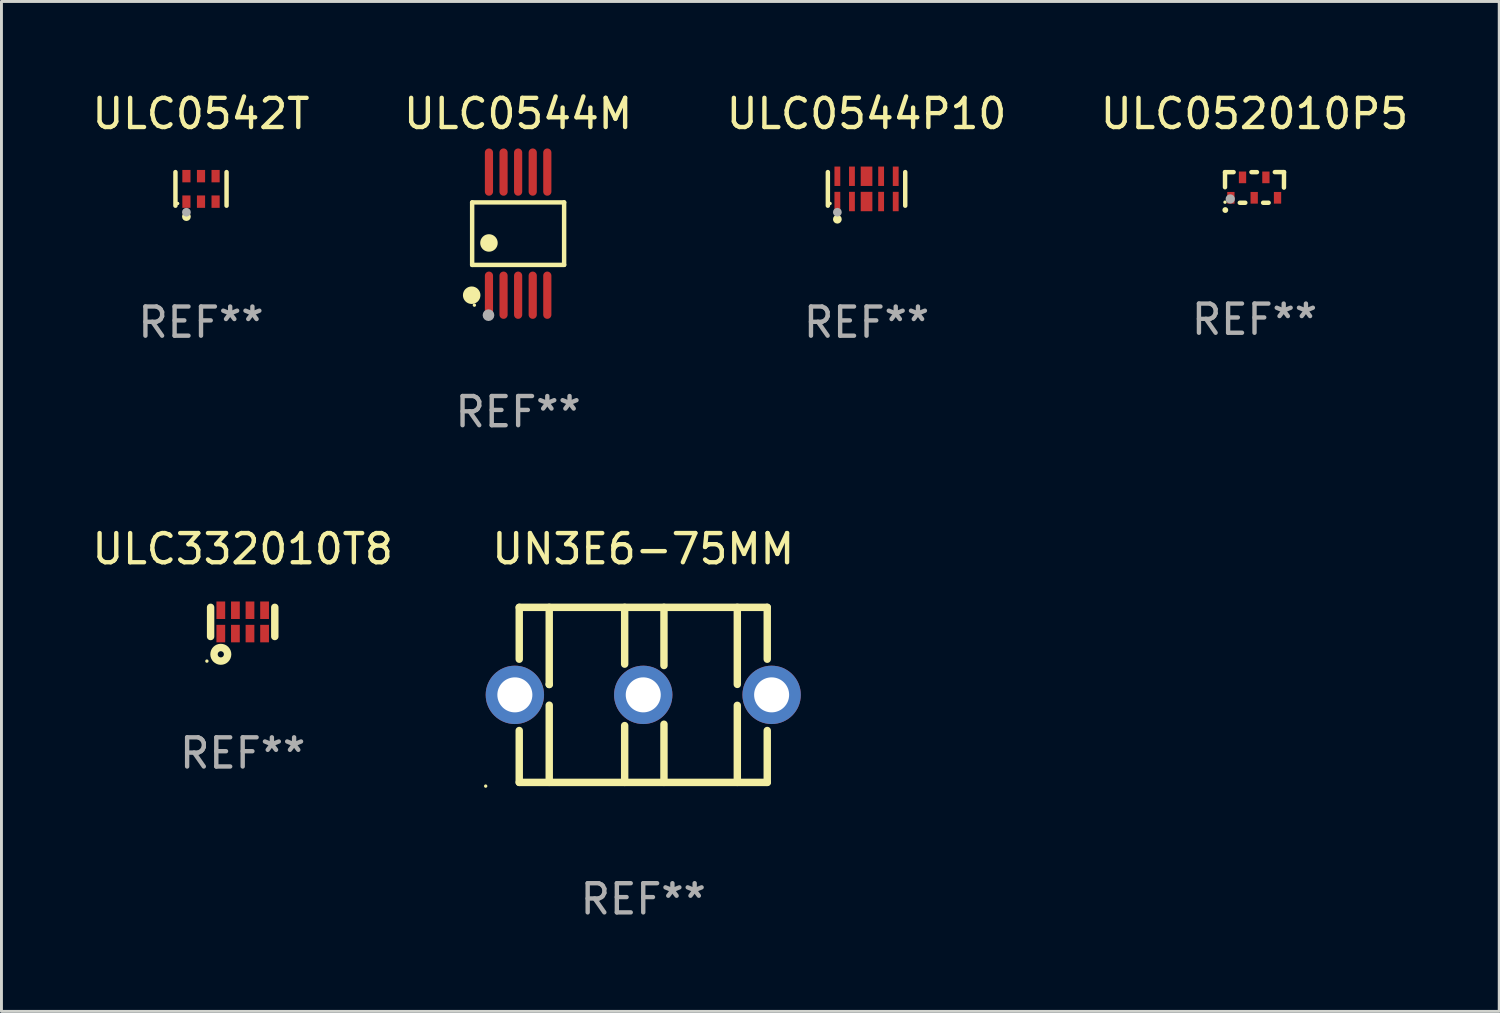
<source format=kicad_pcb>
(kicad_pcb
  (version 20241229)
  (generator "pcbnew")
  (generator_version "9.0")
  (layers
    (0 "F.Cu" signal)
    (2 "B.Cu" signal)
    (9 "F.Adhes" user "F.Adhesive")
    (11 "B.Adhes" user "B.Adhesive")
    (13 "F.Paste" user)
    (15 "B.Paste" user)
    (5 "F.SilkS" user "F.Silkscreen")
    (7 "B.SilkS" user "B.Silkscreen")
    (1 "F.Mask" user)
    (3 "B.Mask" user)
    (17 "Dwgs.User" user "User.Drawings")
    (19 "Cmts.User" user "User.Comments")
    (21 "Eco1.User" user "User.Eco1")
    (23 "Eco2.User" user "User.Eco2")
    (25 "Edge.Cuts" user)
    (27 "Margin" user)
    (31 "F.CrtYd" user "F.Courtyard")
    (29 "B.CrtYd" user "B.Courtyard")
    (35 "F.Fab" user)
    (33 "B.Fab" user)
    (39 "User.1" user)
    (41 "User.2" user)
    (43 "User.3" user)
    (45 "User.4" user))
  (footprint "ULC0544M"
    (layer "F.Cu")
    (at 14.708 4.958)
    (property "Reference" "ULC0544M" (at 0 -4.11 0) (layer "F.SilkS") (effects (font (size 1 1) (thickness 0.15))))
    (attr through_hole)
    (fp_line (start -1.576 -1.071) (end 1.576 -1.071) (stroke (width 0.152) (type solid)) (layer "F.SilkS"))
    (fp_line (start -1.576 1.071) (end -1.576 -1.071) (stroke (width 0.152) (type solid)) (layer "F.SilkS"))
    (fp_line (start 1.576 -1.071) (end 1.576 1.071) (stroke (width 0.152) (type solid)) (layer "F.SilkS"))
    (fp_line (start 1.576 1.071) (end -1.576 1.071) (stroke (width 0.152) (type solid)) (layer "F.SilkS"))
    (fp_circle (center -1.592 2.11) (end -1.442 2.11) (stroke (width 0.3) (type solid)) (fill no) (layer "F.SilkS"))
    (fp_circle (center -1.5 2.45) (end -1.47 2.45) (stroke (width 0.06) (type solid)) (fill no) (layer "F.SilkS"))
    (fp_circle (center -1 0.319) (end -0.85 0.319) (stroke (width 0.3) (type solid)) (fill no) (layer "F.SilkS"))
    (fp_circle (center -1.016 2.794) (end -0.916 2.794) (stroke (width 0.2) (type solid)) (fill no) (layer "F.Fab"))
    (fp_text user "REF**" (at 0 6.11 0) (layer "F.Fab") (effects (font (size 1 1) (thickness 0.15))))
    (pad "1" smd oval (at -1 2.11) (size 0.28 1.62) (layers "F.Cu" "F.Mask" "F.Paste"))
    (pad "2" smd oval (at -0.5 2.11) (size 0.28 1.62) (layers "F.Cu" "F.Mask" "F.Paste"))
    (pad "3" smd oval (at 0 2.11) (size 0.28 1.62) (layers "F.Cu" "F.Mask" "F.Paste"))
    (pad "4" smd oval (at 0.5 2.11) (size 0.28 1.62) (layers "F.Cu" "F.Mask" "F.Paste"))
    (pad "5" smd oval (at 1 2.11) (size 0.28 1.62) (layers "F.Cu" "F.Mask" "F.Paste"))
    (pad "6" smd oval (at 1 -2.11) (size 0.28 1.62) (layers "F.Cu" "F.Mask" "F.Paste"))
    (pad "7" smd oval (at 0.5 -2.11) (size 0.28 1.62) (layers "F.Cu" "F.Mask" "F.Paste"))
    (pad "8" smd oval (at 0 -2.11) (size 0.28 1.62) (layers "F.Cu" "F.Mask" "F.Paste"))
    (pad "9" smd oval (at -0.5 -2.11) (size 0.28 1.62) (layers "F.Cu" "F.Mask" "F.Paste"))
    (pad "10" smd oval (at -1 -2.11) (size 0.28 1.62) (layers "F.Cu" "F.Mask" "F.Paste")))
  (footprint "ULC052010P5"
    (layer "F.Cu")
    (at 39.946 3.374)
    (property "Reference" "ULC052010P5" (at 0 -2.525 0) (layer "F.SilkS") (effects (font (size 1 1) (thickness 0.15))))
    (attr through_hole)
    (fp_line (start -1.011 -0.524) (end -1.011 -0.008) (stroke (width 0.152) (type solid)) (layer "F.SilkS"))
    (fp_line (start -1.011 -0.524) (end -0.716 -0.524) (stroke (width 0.152) (type solid)) (layer "F.SilkS"))
    (fp_line (start -0.316 0.525) (end -0.505 0.525) (stroke (width 0.152) (type solid)) (layer "F.SilkS"))
    (fp_line (start -0.105 -0.524) (end 0.084 -0.524) (stroke (width 0.152) (type solid)) (layer "F.SilkS"))
    (fp_line (start 0.484 0.525) (end 0.295 0.525) (stroke (width 0.152) (type solid)) (layer "F.SilkS"))
    (fp_line (start 0.696 -0.525) (end 1.011 -0.525) (stroke (width 0.152) (type solid)) (layer "F.SilkS"))
    (fp_line (start 1.011 -0.525) (end 1.009 0.005) (stroke (width 0.152) (type solid)) (layer "F.SilkS"))
    (fp_circle (center -1.011 0.505) (end -0.981 0.505) (stroke (width 0.06) (type solid)) (fill no) (layer "F.SilkS"))
    (fp_circle (center -1.001 0.775) (end -0.951 0.775) (stroke (width 0.1) (type solid)) (fill no) (layer "F.SilkS"))
    (fp_circle (center -0.831 0.395) (end -0.751 0.395) (stroke (width 0.16) (type solid)) (fill no) (layer "F.Fab"))
    (fp_text user "REF**" (at 0 4.525 0) (layer "F.Fab") (effects (font (size 1 1) (thickness 0.15))))
    (pad "1" smd rect (at -0.81 0.355 90) (size 0.4 0.25) (layers "F.Cu" "F.Mask" "F.Paste"))
    (pad "2" smd rect (at -0.011 0.355 90) (size 0.4 0.25) (layers "F.Cu" "F.Mask" "F.Paste"))
    (pad "3" smd rect (at 0.789 0.355 90) (size 0.4 0.25) (layers "F.Cu" "F.Mask" "F.Paste"))
    (pad "4" smd rect (at 0.39 -0.345 90) (size 0.4 0.25) (layers "F.Cu" "F.Mask" "F.Paste"))
    (pad "5" smd rect (at -0.411 -0.345 90) (size 0.4 0.25) (layers "F.Cu" "F.Mask" "F.Paste")))
  (footprint "ULC0542T"
    (layer "F.Cu")
    (at 3.839 3.424)
    (property "Reference" "ULC0542T" (at 0 -2.576 0) (layer "F.SilkS") (effects (font (size 1 1) (thickness 0.15))))
    (attr through_hole)
    (fp_line (start -0.876 0.576) (end -0.876 -0.576) (stroke (width 0.152) (type solid)) (layer "F.SilkS"))
    (fp_line (start 0.876 0.576) (end 0.876 -0.576) (stroke (width 0.152) (type solid)) (layer "F.SilkS"))
    (fp_circle (center -0.8 0.5) (end -0.77 0.5) (stroke (width 0.06) (type solid)) (fill no) (layer "F.SilkS"))
    (fp_circle (center -0.5 0.95) (end -0.425 0.95) (stroke (width 0.15) (type solid)) (fill no) (layer "F.SilkS"))
    (fp_circle (center -0.5 0.8) (end -0.425 0.8) (stroke (width 0.15) (type solid)) (fill no) (layer "F.Fab"))
    (fp_text user "REF**" (at 0 4.576 0) (layer "F.Fab") (effects (font (size 1 1) (thickness 0.15))))
    (pad "1" smd rect (at -0.5 0.437) (size 0.28 0.425) (layers "F.Cu" "F.Mask" "F.Paste"))
    (pad "2" smd rect (at 0 0.437) (size 0.28 0.425) (layers "F.Cu" "F.Mask" "F.Paste"))
    (pad "3" smd rect (at 0.5 0.437) (size 0.28 0.425) (layers "F.Cu" "F.Mask" "F.Paste"))
    (pad "4" smd rect (at 0.5 -0.437) (size 0.28 0.425) (layers "F.Cu" "F.Mask" "F.Paste"))
    (pad "5" smd rect (at 0 -0.437) (size 0.28 0.425) (layers "F.Cu" "F.Mask" "F.Paste"))
    (pad "6" smd rect (at -0.5 -0.437) (size 0.28 0.425) (layers "F.Cu" "F.Mask" "F.Paste")))
  (footprint "ULC0544P10"
    (layer "F.Cu")
    (at 26.649 3.424)
    (property "Reference" "ULC0544P10" (at 0 -2.576 0) (layer "F.SilkS") (effects (font (size 1 1) (thickness 0.15))))
    (attr through_hole)
    (fp_line (start -1.326 0.576) (end -1.326 -0.576) (stroke (width 0.152) (type solid)) (layer "F.SilkS"))
    (fp_line (start 1.326 0.576) (end 1.326 -0.576) (stroke (width 0.152) (type solid)) (layer "F.SilkS"))
    (fp_circle (center -1.25 0.5) (end -1.22 0.5) (stroke (width 0.06) (type solid)) (fill no) (layer "F.SilkS"))
    (fp_circle (center -1 1.04) (end -0.925 1.04) (stroke (width 0.15) (type solid)) (fill no) (layer "F.SilkS"))
    (fp_circle (center -1 0.8) (end -0.925 0.8) (stroke (width 0.15) (type solid)) (fill no) (layer "F.Fab"))
    (fp_text user "REF**" (at 0 4.576 0) (layer "F.Fab") (effects (font (size 1 1) (thickness 0.15))))
    (pad "1" smd rect (at -1 0.433) (size 0.2 0.665) (layers "F.Cu" "F.Mask" "F.Paste"))
    (pad "2" smd rect (at -0.5 0.433) (size 0.2 0.665) (layers "F.Cu" "F.Mask" "F.Paste"))
    (pad "3" smd rect (at 0 0.433) (size 0.4 0.665) (layers "F.Cu" "F.Mask" "F.Paste"))
    (pad "4" smd rect (at 0.5 0.433) (size 0.2 0.665) (layers "F.Cu" "F.Mask" "F.Paste"))
    (pad "5" smd rect (at 1 0.433) (size 0.2 0.665) (layers "F.Cu" "F.Mask" "F.Paste"))
    (pad "6" smd rect (at 1 -0.433) (size 0.2 0.665) (layers "F.Cu" "F.Mask" "F.Paste"))
    (pad "7" smd rect (at 0.5 -0.433) (size 0.2 0.665) (layers "F.Cu" "F.Mask" "F.Paste"))
    (pad "8" smd rect (at 0 -0.433) (size 0.4 0.665) (layers "F.Cu" "F.Mask" "F.Paste"))
    (pad "9" smd rect (at -0.5 -0.433) (size 0.2 0.665) (layers "F.Cu" "F.Mask" "F.Paste"))
    (pad "10" smd rect (at -1 -0.433) (size 0.2 0.665) (layers "F.Cu" "F.Mask" "F.Paste")))
  (footprint "UN3E6-75MM"
    (layer "F.Cu")
    (at 18.996 20.765)
    (property "Reference" "UN3E6-75MM" (at 0 -5 0) (layer "F.SilkS") (effects (font (size 1 1) (thickness 0.15))))
    (attr through_hole)
    (fp_line (start -4.25 -3) (end -4.25 -1.222) (stroke (width 0.254) (type solid)) (layer "F.SilkS"))
    (fp_line (start -4.25 -3) (end 4.25 -3) (stroke (width 0.254) (type solid)) (layer "F.SilkS"))
    (fp_line (start -4.25 1.222) (end -4.25 3) (stroke (width 0.254) (type solid)) (layer "F.SilkS"))
    (fp_line (start -4.25 3) (end 4.25 3) (stroke (width 0.254) (type solid)) (layer "F.SilkS"))
    (fp_line (start -3.222 -0.359) (end -3.222 -3) (stroke (width 0.254) (type solid)) (layer "F.SilkS"))
    (fp_line (start -3.222 -0.359) (end -3.222 -0.353) (stroke (width 0.254) (type solid)) (layer "F.SilkS"))
    (fp_line (start -3.222 0.353) (end -3.222 3) (stroke (width 0.254) (type solid)) (layer "F.SilkS"))
    (fp_line (start -0.637 -1.053) (end -0.637 -3) (stroke (width 0.254) (type solid)) (layer "F.SilkS"))
    (fp_line (start -0.637 3) (end -0.637 1.053) (stroke (width 0.254) (type solid)) (layer "F.SilkS"))
    (fp_line (start 0.71 -3) (end 0.71 -1.006) (stroke (width 0.254) (type solid)) (layer "F.SilkS"))
    (fp_line (start 0.71 1.006) (end 0.71 3) (stroke (width 0.254) (type solid)) (layer "F.SilkS"))
    (fp_line (start 3.224 -3) (end 3.224 -0.359) (stroke (width 0.254) (type solid)) (layer "F.SilkS"))
    (fp_line (start 3.224 0.359) (end 3.224 3) (stroke (width 0.254) (type solid)) (layer "F.SilkS"))
    (fp_line (start 4.25 -3) (end 4.25 -1.222) (stroke (width 0.254) (type solid)) (layer "F.SilkS"))
    (fp_line (start 4.25 1.222) (end 4.25 3) (stroke (width 0.254) (type solid)) (layer "F.SilkS"))
    (fp_circle (center -5.4 3.127) (end -5.37 3.127) (stroke (width 0.06) (type solid)) (fill no) (layer "F.SilkS"))
    (fp_text user "REF**" (at 0 7 0) (layer "F.Fab") (effects (font (size 1 1) (thickness 0.15))))
    (pad "1" thru_hole circle (at -4.4 0) (size 2 2) (drill 1.2) (layers "*.Cu" "*.Mask"))
    (pad "2" thru_hole circle (at 4.4 0) (size 2 2) (drill 1.2) (layers "*.Cu" "*.Mask"))
    (pad "3" thru_hole circle (at 0 0) (size 2 2) (drill 1.2) (layers "*.Cu" "*.Mask")))
  (footprint "ULC332010T8"
    (layer "F.Cu")
    (at 5.268 18.265)
    (property "Reference" "ULC332010T8" (at 0 -2.5 0) (layer "F.SilkS") (effects (font (size 1 1) (thickness 0.15))))
    (attr through_hole)
    (fp_line (start -1.1 -0.5) (end -1.1 0.5) (stroke (width 0.254) (type solid)) (layer "F.SilkS"))
    (fp_line (start 1.1 -0.5) (end 1.1 0.5) (stroke (width 0.254) (type solid)) (layer "F.SilkS"))
    (fp_circle (center -1.227 1.343) (end -1.197 1.343) (stroke (width 0.06) (type solid)) (fill no) (layer "F.SilkS"))
    (fp_circle (center -0.75 1.11) (end -0.644 1.11) (stroke (width 0.254) (type solid)) (fill no) (layer "F.SilkS"))
    (fp_text user "REF**" (at 0 4.5 0) (layer "F.Fab") (effects (font (size 1 1) (thickness 0.15))))
    (pad "1" smd rect (at -0.75 0.4) (size 0.3 0.6) (layers "F.Cu" "F.Mask" "F.Paste"))
    (pad "2" smd rect (at -0.25 0.4) (size 0.3 0.6) (layers "F.Cu" "F.Mask" "F.Paste"))
    (pad "3" smd rect (at 0.25 0.4) (size 0.3 0.6) (layers "F.Cu" "F.Mask" "F.Paste"))
    (pad "4" smd rect (at 0.75 0.4) (size 0.3 0.6) (layers "F.Cu" "F.Mask" "F.Paste"))
    (pad "5" smd rect (at 0.75 -0.4) (size 0.3 0.6) (layers "F.Cu" "F.Mask" "F.Paste"))
    (pad "6" smd rect (at 0.25 -0.4) (size 0.3 0.6) (layers "F.Cu" "F.Mask" "F.Paste"))
    (pad "7" smd rect (at -0.25 -0.4) (size 0.3 0.6) (layers "F.Cu" "F.Mask" "F.Paste"))
    (pad "8" smd rect (at -0.75 -0.4) (size 0.3 0.6) (layers "F.Cu" "F.Mask" "F.Paste")))
  (gr_rect
    (start -3 -3)
    (end 48.333 31.613)
    (stroke (width 0.1) (type default))
    (fill no)
    (layer "Edge.Cuts")))
</source>
